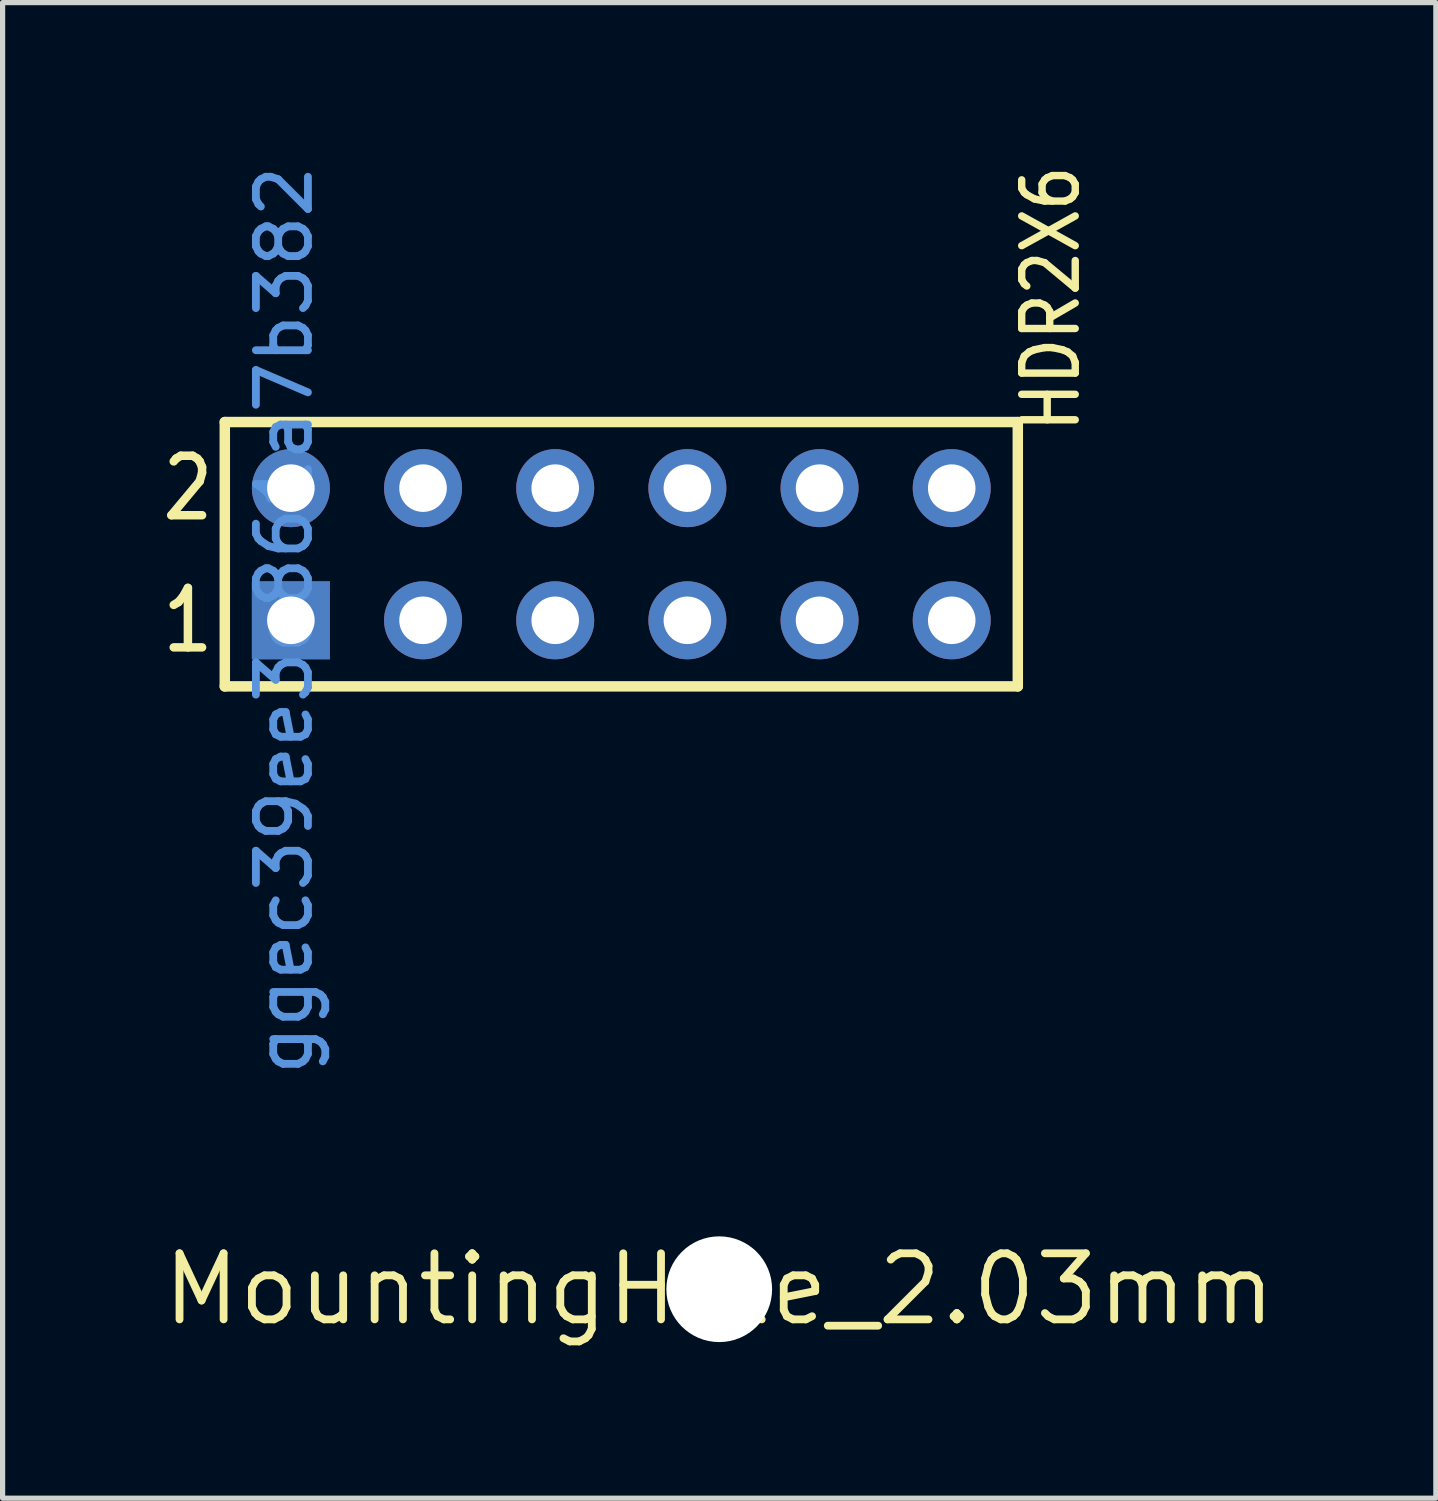
<source format=kicad_pcb>
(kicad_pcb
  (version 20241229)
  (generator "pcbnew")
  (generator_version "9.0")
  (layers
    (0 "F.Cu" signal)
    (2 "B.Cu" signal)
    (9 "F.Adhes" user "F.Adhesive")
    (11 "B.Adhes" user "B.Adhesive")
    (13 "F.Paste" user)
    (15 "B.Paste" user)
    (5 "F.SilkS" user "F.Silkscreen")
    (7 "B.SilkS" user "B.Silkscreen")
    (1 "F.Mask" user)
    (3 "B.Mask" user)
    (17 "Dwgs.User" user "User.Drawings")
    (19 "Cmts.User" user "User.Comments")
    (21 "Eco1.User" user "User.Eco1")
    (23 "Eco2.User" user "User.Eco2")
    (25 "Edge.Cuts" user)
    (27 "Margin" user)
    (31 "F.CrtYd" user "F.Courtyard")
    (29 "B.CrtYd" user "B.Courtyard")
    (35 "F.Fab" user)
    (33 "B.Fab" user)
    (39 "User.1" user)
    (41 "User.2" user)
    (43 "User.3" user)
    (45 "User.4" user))
  (footprint "HDR2X6"
    (layer "F.Cu")
    (at 2.413 8.871)
    (property "Reference" "HDR2X6" (at 14.732 -3.556 270) (layer "F.SilkS") (effects (font (size 1.029 0.857) (thickness 0.142)) (justify left)))
    (fp_line (start -1.143 -3.81) (end 14.097 -3.81) (stroke (width 0.201) (type solid)) (layer "F.SilkS"))
    (fp_line (start -1.143 1.27) (end -1.143 -3.81) (stroke (width 0.201) (type solid)) (layer "F.SilkS"))
    (fp_line (start -1.143 1.27) (end 14.097 1.27) (stroke (width 0.201) (type solid)) (layer "F.SilkS"))
    (fp_line (start 14.097 1.27) (end 14.097 -3.81) (stroke (width 0.201) (type solid)) (layer "F.SilkS"))
    (fp_text user "1" (at -2.413 0 0) (layer "F.SilkS") (effects (font (size 1.143 0.953) (thickness 0.163)) (justify left)))
    (fp_text user "2" (at -2.413 -2.54 0) (layer "F.SilkS") (effects (font (size 1.143 0.953) (thickness 0.163)) (justify left)))
    (fp_text user "ggec39ee3c861a7b382" (at 0 0 270) (layer "Cmts.User") (effects (font (size 1 1) (thickness 0.15))))
    (pad "1" thru_hole rect (at 0.127 0) (size 1.499 1.499) (drill 0.914) (layers "*.Cu" "*.Paste" "*.Mask"))
    (pad "2" thru_hole circle (at 0.127 -2.54) (size 1.499 1.499) (drill 0.914) (layers "*.Cu" "*.Paste" "*.Mask"))
    (pad "3" thru_hole circle (at 2.667 0) (size 1.499 1.499) (drill 0.914) (layers "*.Cu" "*.Paste" "*.Mask"))
    (pad "4" thru_hole circle (at 2.667 -2.54) (size 1.499 1.499) (drill 0.914) (layers "*.Cu" "*.Paste" "*.Mask"))
    (pad "5" thru_hole circle (at 5.207 0) (size 1.499 1.499) (drill 0.914) (layers "*.Cu" "*.Paste" "*.Mask"))
    (pad "6" thru_hole circle (at 5.207 -2.54) (size 1.499 1.499) (drill 0.914) (layers "*.Cu" "*.Paste" "*.Mask"))
    (pad "7" thru_hole circle (at 7.747 0) (size 1.499 1.499) (drill 0.914) (layers "*.Cu" "*.Paste" "*.Mask"))
    (pad "8" thru_hole circle (at 7.747 -2.54) (size 1.499 1.499) (drill 0.914) (layers "*.Cu" "*.Paste" "*.Mask"))
    (pad "9" thru_hole circle (at 10.287 0) (size 1.499 1.499) (drill 0.914) (layers "*.Cu" "*.Paste" "*.Mask"))
    (pad "10" thru_hole circle (at 10.287 -2.54) (size 1.499 1.499) (drill 0.914) (layers "*.Cu" "*.Paste" "*.Mask"))
    (pad "11" thru_hole circle (at 12.827 0) (size 1.499 1.499) (drill 0.914) (layers "*.Cu" "*.Paste" "*.Mask"))
    (pad "12" thru_hole circle (at 12.827 -2.54) (size 1.499 1.499) (drill 0.914) (layers "*.Cu" "*.Paste" "*.Mask")))
  (footprint "MountingHole_2.03mm"
    (layer "F.Cu")
    (at 10.772 21.726)
    (property "Reference" "MountingHole_2.03mm" (at 0 0 0) (layer "F.SilkS") (effects (font (size 1.27 1.27) (thickness 0.15))))
    (attr exclude_from_pos_files exclude_from_bom)
    (pad "" np_thru_hole circle (at 0 0) (size 2.032 2.032) (drill 2.032) (layers "*.Cu" "*.Mask")))
  (gr_rect
    (start -3 -3)
    (end 24.544 25.742)
    (stroke (width 0.1) (type default))
    (fill no)
    (layer "Edge.Cuts")))
</source>
